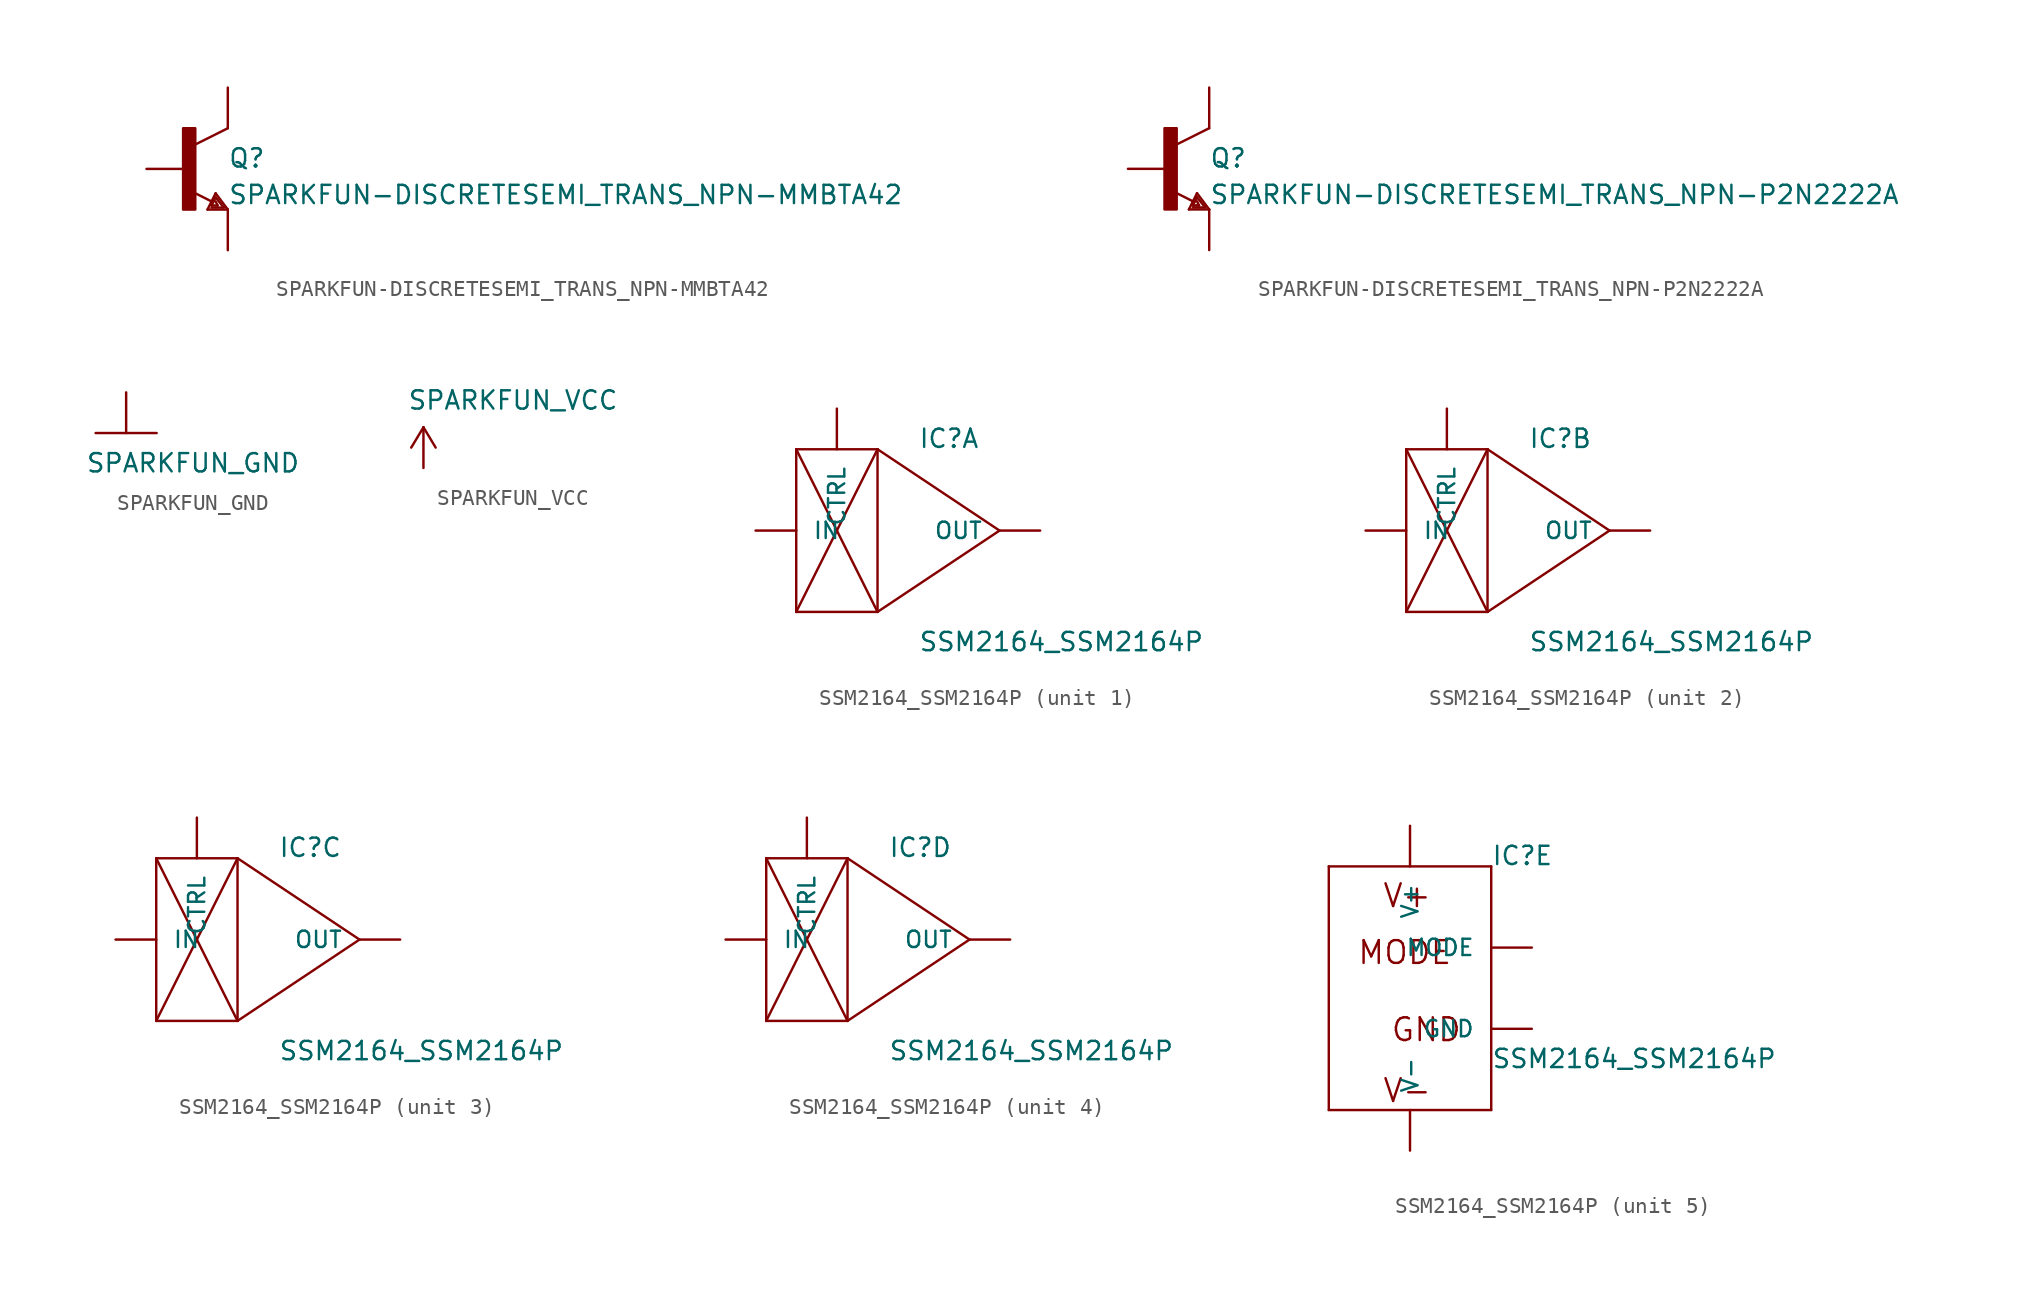
<source format=kicad_sym>
(kicad_symbol_lib
  (version 20210619)
  (generator kicad_symbol_editor)
  (symbol "SPARKFUN-DISCRETESEMI_TRANS_NPN-MMBTA42"
    (pin_numbers hide)
    (pin_names
      (offset 1.016) hide)
    (property "Reference" "Q"
      (at 2.54 0 0)
      (effects (font (size 1.143 1.143)) (justify left bottom)))
    (property "Value" "SPARKFUN-DISCRETESEMI_TRANS_NPN-MMBTA42"
      (at 2.54 -2.286 0)
      (effects (font (size 1.143 1.143)) (justify left bottom)))
    (property "ki_locked" ""
      (at 0 0 0)
      (effects (font (size 1.27 1.27))))
    (symbol "SPARKFUN-DISCRETESEMI_TRANS_NPN-MMBTA42_1_0"
      (polyline (pts (xy 1.27 -2.54) (xy 1.778 -1.524)) (stroke (width 0)) (fill (type none)))
      (polyline (pts (xy 1.524 -2.413) (xy 2.286 -2.413)) (stroke (width 0)) (fill (type none)))
      (polyline (pts (xy 1.524 -2.286) (xy 1.905 -2.286)) (stroke (width 0)) (fill (type none)))
      (polyline (pts (xy 1.524 -2.032) (xy 0.305 -1.422)) (stroke (width 0)) (fill (type none)))
      (polyline (pts (xy 1.778 -1.778) (xy 1.524 -2.286)) (stroke (width 0)) (fill (type none)))
      (polyline (pts (xy 1.778 -1.524) (xy 2.54 -2.54)) (stroke (width 0)) (fill (type none)))
      (polyline (pts (xy 1.905 -2.286) (xy 1.778 -2.032)) (stroke (width 0)) (fill (type none)))
      (polyline (pts (xy 2.286 -2.413) (xy 1.778 -1.778)) (stroke (width 0)) (fill (type none)))
      (polyline (pts (xy 2.54 -2.54) (xy 1.27 -2.54)) (stroke (width 0)) (fill (type none)))
      (polyline (pts (xy 2.54 2.54) (xy 0.508 1.524)) (stroke (width 0)) (fill (type none))))
    (symbol "SPARKFUN-DISCRETESEMI_TRANS_NPN-MMBTA42_1_1"
      (rectangle (start -0.254 -2.54) (end 0.508 2.54) (stroke (width 0)) (fill (type outline)))
      (pin passive line (at -2.54 0 0) (length 2.54) (name "B" (effects (font (size 1.016 1.016)))) (number "1" (effects (font (size 1.016 1.016)))))
      (pin passive line (at 2.54 -5.08 90) (length 2.54) (name "E" (effects (font (size 1.016 1.016)))) (number "2" (effects (font (size 1.016 1.016)))))
      (pin passive line (at 2.54 5.08 270) (length 2.54) (name "C" (effects (font (size 1.016 1.016)))) (number "3" (effects (font (size 1.016 1.016)))))))
  (symbol "SPARKFUN-DISCRETESEMI_TRANS_NPN-P2N2222A"
    (pin_numbers hide)
    (pin_names
      (offset 1.016) hide)
    (property "Reference" "Q"
      (at 2.54 0 0)
      (effects (font (size 1.143 1.143)) (justify left bottom)))
    (property "Value" "SPARKFUN-DISCRETESEMI_TRANS_NPN-P2N2222A"
      (at 2.54 -2.286 0)
      (effects (font (size 1.143 1.143)) (justify left bottom)))
    (property "ki_locked" ""
      (at 0 0 0)
      (effects (font (size 1.27 1.27))))
    (symbol "SPARKFUN-DISCRETESEMI_TRANS_NPN-P2N2222A_1_0"
      (polyline (pts (xy 1.27 -2.54) (xy 1.778 -1.524)) (stroke (width 0)) (fill (type none)))
      (polyline (pts (xy 1.524 -2.413) (xy 2.286 -2.413)) (stroke (width 0)) (fill (type none)))
      (polyline (pts (xy 1.524 -2.286) (xy 1.905 -2.286)) (stroke (width 0)) (fill (type none)))
      (polyline (pts (xy 1.524 -2.032) (xy 0.305 -1.422)) (stroke (width 0)) (fill (type none)))
      (polyline (pts (xy 1.778 -1.778) (xy 1.524 -2.286)) (stroke (width 0)) (fill (type none)))
      (polyline (pts (xy 1.778 -1.524) (xy 2.54 -2.54)) (stroke (width 0)) (fill (type none)))
      (polyline (pts (xy 1.905 -2.286) (xy 1.778 -2.032)) (stroke (width 0)) (fill (type none)))
      (polyline (pts (xy 2.286 -2.413) (xy 1.778 -1.778)) (stroke (width 0)) (fill (type none)))
      (polyline (pts (xy 2.54 -2.54) (xy 1.27 -2.54)) (stroke (width 0)) (fill (type none)))
      (polyline (pts (xy 2.54 2.54) (xy 0.508 1.524)) (stroke (width 0)) (fill (type none))))
    (symbol "SPARKFUN-DISCRETESEMI_TRANS_NPN-P2N2222A_1_1"
      (rectangle (start -0.254 -2.54) (end 0.508 2.54) (stroke (width 0)) (fill (type outline)))
      (pin passive line (at 2.54 5.08 270) (length 2.54) (name "C" (effects (font (size 1.016 1.016)))) (number "1" (effects (font (size 1.016 1.016)))))
      (pin passive line (at -2.54 0 0) (length 2.54) (name "B" (effects (font (size 1.016 1.016)))) (number "2" (effects (font (size 1.016 1.016)))))
      (pin passive line (at 2.54 -5.08 90) (length 2.54) (name "E" (effects (font (size 1.016 1.016)))) (number "3" (effects (font (size 1.016 1.016)))))))
  (symbol "SPARKFUN_GND"
    (power)
    (pin_numbers hide)
    (pin_names
      (offset 1.016) hide)
    (property "Reference" "#GND"
      (at 0 0 0)
      (effects (font (size 1.143 1.143)) (justify left bottom) hide))
    (property "Value" "SPARKFUN_GND"
      (at -2.54 -2.54 0)
      (effects (font (size 1.143 1.143)) (justify left bottom)))
    (property "ki_locked" ""
      (at 0 0 0)
      (effects (font (size 1.27 1.27))))
    (symbol "SPARKFUN_GND_1_0"
      (polyline (pts (xy -1.905 0) (xy 1.905 0)) (stroke (width 0)) (fill (type none)))
      (polyline (pts (xy 0 2.54) (xy 0 0)) (stroke (width 0)) (fill (type none))))
    (symbol "SPARKFUN_GND_1_1"
      (pin power_in line (at 0 2.54 270) (length 2.54) hide (name "GND" (effects (font (size 1.016 1.016)))) (number "~" (effects (font (size 1.016 1.016)))))))
  (symbol "SPARKFUN_VCC"
    (power)
    (pin_numbers hide)
    (pin_names
      (offset 1.016) hide)
    (property "Reference" "#P+"
      (at 0 0 0)
      (effects (font (size 1.143 1.143)) (justify left bottom) hide))
    (property "Value" "SPARKFUN_VCC"
      (at -1.016 3.556 0)
      (effects (font (size 1.143 1.143)) (justify left bottom)))
    (property "ki_locked" ""
      (at 0 0 0)
      (effects (font (size 1.27 1.27))))
    (symbol "SPARKFUN_VCC_1_0"
      (polyline (pts (xy 0 0) (xy 0 2.54)) (stroke (width 0)) (fill (type none)))
      (polyline (pts (xy 0 2.54) (xy -0.762 1.27)) (stroke (width 0)) (fill (type none)))
      (polyline (pts (xy 0.762 1.27) (xy 0 2.54)) (stroke (width 0)) (fill (type none))))
    (symbol "SPARKFUN_VCC_1_1"
      (pin power_in line (at 0 0 90) (length 2.54) hide (name "VCC" (effects (font (size 1.016 1.016)))) (number "~" (effects (font (size 1.016 1.016)))))))
  (symbol "SSM2164_SSM2164P"
    (pin_numbers hide)
    (pin_names
      (offset 1.016))
    (property "Reference" "IC"
      (at 5.08 5.08 0)
      (effects (font (size 1.143 1.143)) (justify left bottom)))
    (property "Value" "SSM2164_SSM2164P"
      (at 5.08 -7.62 0)
      (effects (font (size 1.143 1.143)) (justify left bottom)))
    (property "ki_locked" ""
      (at 0 0 0)
      (effects (font (size 1.27 1.27))))
    (symbol "SSM2164_SSM2164P_1_0"
      (polyline (pts (xy -2.54 -5.08) (xy 2.54 -5.08)) (stroke (width 0)) (fill (type none)))
      (polyline (pts (xy -2.54 -5.08) (xy 2.54 5.08)) (stroke (width 0)) (fill (type none)))
      (polyline (pts (xy -2.54 5.08) (xy -2.54 -5.08)) (stroke (width 0)) (fill (type none)))
      (polyline (pts (xy -2.54 5.08) (xy 2.54 -5.08)) (stroke (width 0)) (fill (type none)))
      (polyline (pts (xy 2.54 -5.08) (xy 2.54 5.08)) (stroke (width 0)) (fill (type none)))
      (polyline (pts (xy 2.54 5.08) (xy -2.54 5.08)) (stroke (width 0)) (fill (type none)))
      (polyline (pts (xy 2.54 5.08) (xy 10.16 0)) (stroke (width 0)) (fill (type none)))
      (polyline (pts (xy 10.16 0) (xy 2.54 -5.08)) (stroke (width 0)) (fill (type none))))
    (symbol "SSM2164_SSM2164P_1_1"
      (pin input line (at -5.08 0 0) (length 2.54) (name "IN" (effects (font (size 1.016 1.016)))) (number "2" (effects (font (size 1.016 1.016)))))
      (pin input line (at 0 7.62 270) (length 2.54) (name "CTRL" (effects (font (size 1.016 1.016)))) (number "3" (effects (font (size 1.016 1.016)))))
      (pin output line (at 12.7 0 180) (length 2.54) (name "OUT" (effects (font (size 1.016 1.016)))) (number "4" (effects (font (size 1.016 1.016))))))
    (symbol "SSM2164_SSM2164P_2_0"
      (polyline (pts (xy -2.54 -5.08) (xy 2.54 -5.08)) (stroke (width 0)) (fill (type none)))
      (polyline (pts (xy -2.54 -5.08) (xy 2.54 5.08)) (stroke (width 0)) (fill (type none)))
      (polyline (pts (xy -2.54 5.08) (xy -2.54 -5.08)) (stroke (width 0)) (fill (type none)))
      (polyline (pts (xy -2.54 5.08) (xy 2.54 -5.08)) (stroke (width 0)) (fill (type none)))
      (polyline (pts (xy 2.54 -5.08) (xy 2.54 5.08)) (stroke (width 0)) (fill (type none)))
      (polyline (pts (xy 2.54 5.08) (xy -2.54 5.08)) (stroke (width 0)) (fill (type none)))
      (polyline (pts (xy 2.54 5.08) (xy 10.16 0)) (stroke (width 0)) (fill (type none)))
      (polyline (pts (xy 10.16 0) (xy 2.54 -5.08)) (stroke (width 0)) (fill (type none))))
    (symbol "SSM2164_SSM2164P_2_1"
      (pin output line (at 12.7 0 180) (length 2.54) (name "OUT" (effects (font (size 1.016 1.016)))) (number "5" (effects (font (size 1.016 1.016)))))
      (pin input line (at 0 7.62 270) (length 2.54) (name "CTRL" (effects (font (size 1.016 1.016)))) (number "6" (effects (font (size 1.016 1.016)))))
      (pin input line (at -5.08 0 0) (length 2.54) (name "IN" (effects (font (size 1.016 1.016)))) (number "7" (effects (font (size 1.016 1.016))))))
    (symbol "SSM2164_SSM2164P_3_0"
      (polyline (pts (xy -2.54 -5.08) (xy 2.54 -5.08)) (stroke (width 0)) (fill (type none)))
      (polyline (pts (xy -2.54 -5.08) (xy 2.54 5.08)) (stroke (width 0)) (fill (type none)))
      (polyline (pts (xy -2.54 5.08) (xy -2.54 -5.08)) (stroke (width 0)) (fill (type none)))
      (polyline (pts (xy -2.54 5.08) (xy 2.54 -5.08)) (stroke (width 0)) (fill (type none)))
      (polyline (pts (xy 2.54 -5.08) (xy 2.54 5.08)) (stroke (width 0)) (fill (type none)))
      (polyline (pts (xy 2.54 5.08) (xy -2.54 5.08)) (stroke (width 0)) (fill (type none)))
      (polyline (pts (xy 2.54 5.08) (xy 10.16 0)) (stroke (width 0)) (fill (type none)))
      (polyline (pts (xy 10.16 0) (xy 2.54 -5.08)) (stroke (width 0)) (fill (type none))))
    (symbol "SSM2164_SSM2164P_3_1"
      (pin input line (at -5.08 0 0) (length 2.54) (name "IN" (effects (font (size 1.016 1.016)))) (number "10" (effects (font (size 1.016 1.016)))))
      (pin input line (at 0 7.62 270) (length 2.54) (name "CTRL" (effects (font (size 1.016 1.016)))) (number "11" (effects (font (size 1.016 1.016)))))
      (pin output line (at 12.7 0 180) (length 2.54) (name "OUT" (effects (font (size 1.016 1.016)))) (number "12" (effects (font (size 1.016 1.016))))))
    (symbol "SSM2164_SSM2164P_4_0"
      (polyline (pts (xy -2.54 -5.08) (xy 2.54 -5.08)) (stroke (width 0)) (fill (type none)))
      (polyline (pts (xy -2.54 -5.08) (xy 2.54 5.08)) (stroke (width 0)) (fill (type none)))
      (polyline (pts (xy -2.54 5.08) (xy -2.54 -5.08)) (stroke (width 0)) (fill (type none)))
      (polyline (pts (xy -2.54 5.08) (xy 2.54 -5.08)) (stroke (width 0)) (fill (type none)))
      (polyline (pts (xy 2.54 -5.08) (xy 2.54 5.08)) (stroke (width 0)) (fill (type none)))
      (polyline (pts (xy 2.54 5.08) (xy -2.54 5.08)) (stroke (width 0)) (fill (type none)))
      (polyline (pts (xy 2.54 5.08) (xy 10.16 0)) (stroke (width 0)) (fill (type none)))
      (polyline (pts (xy 10.16 0) (xy 2.54 -5.08)) (stroke (width 0)) (fill (type none))))
    (symbol "SSM2164_SSM2164P_4_1"
      (pin output line (at 12.7 0 180) (length 2.54) (name "OUT" (effects (font (size 1.016 1.016)))) (number "13" (effects (font (size 1.016 1.016)))))
      (pin input line (at 0 7.62 270) (length 2.54) (name "CTRL" (effects (font (size 1.016 1.016)))) (number "14" (effects (font (size 1.016 1.016)))))
      (pin input line (at -5.08 0 0) (length 2.54) (name "IN" (effects (font (size 1.016 1.016)))) (number "15" (effects (font (size 1.016 1.016))))))
    (symbol "SSM2164_SSM2164P_5_0"
      (text "GND" (at 1.016 -5.131 0) (effects (font (size 1.422 1.422))))
      (text "MODE" (at -0.33 -0.305 0) (effects (font (size 1.422 1.422))))
      (text "V+" (at -0.178 3.251 0) (effects (font (size 1.422 1.422))))
      (text "V-" (at -0.178 -8.941 0) (effects (font (size 1.422 1.422))))
      (polyline (pts (xy -5.08 -10.16) (xy -5.08 5.08)) (stroke (width 0)) (fill (type none)))
      (polyline (pts (xy -5.08 5.08) (xy 5.08 5.08)) (stroke (width 0)) (fill (type none)))
      (polyline (pts (xy 5.08 -10.16) (xy -5.08 -10.16)) (stroke (width 0)) (fill (type none)))
      (polyline (pts (xy 5.08 5.08) (xy 5.08 -10.16)) (stroke (width 0)) (fill (type none))))
    (symbol "SSM2164_SSM2164P_5_1"
      (pin input line (at 7.62 0 180) (length 2.54) (name "MODE" (effects (font (size 1.016 1.016)))) (number "1" (effects (font (size 1.016 1.016)))))
      (pin power_in line (at 0 7.62 270) (length 2.54) (name "V+" (effects (font (size 1.016 1.016)))) (number "16" (effects (font (size 1.016 1.016)))))
      (pin power_in line (at 7.62 -5.08 180) (length 2.54) (name "GND" (effects (font (size 1.016 1.016)))) (number "8" (effects (font (size 1.016 1.016)))))
      (pin power_in line (at 0 -12.7 90) (length 2.54) (name "V-" (effects (font (size 1.016 1.016)))) (number "9" (effects (font (size 1.016 1.016))))))))
</source>
